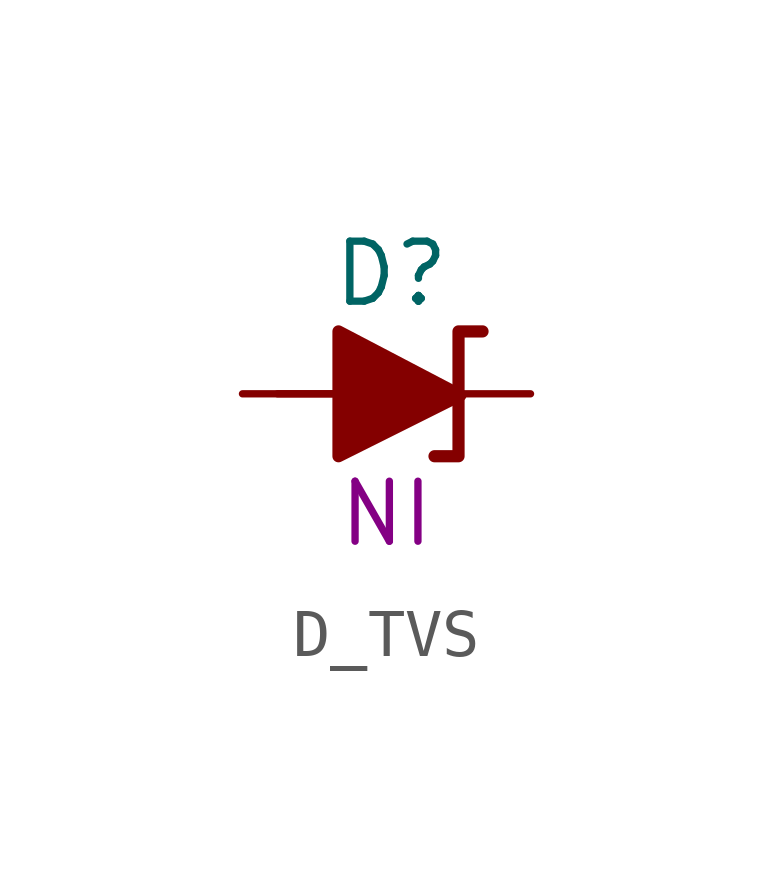
<source format=kicad_sym>
(kicad_symbol_lib
  (version 20241209)
  (generator "kicad_symbol_editor")
  (generator_version "9.0")
  (symbol "D_TVS"
    (pin_numbers
      (hide yes))
    (pin_names
      (offset 1.016)
      (hide yes))
    (property "Reference" "D"
      (at 3.1 2.5 0)
      (do_not_autoplace)
      (effects (font (size 1.25 1.25))))
    (property "Part#" "NI"
      (at 3 -2.5 0)
      (do_not_autoplace)
      (effects (font (size 1.25 1.25))))
    (symbol "D_TVS_0_1"
      (polyline (pts (xy 2 -1.3) (xy 4.54 -0.03) (xy 2 1.3) (xy 2 -1.3)) (stroke (width 0.254) (type default)) (fill (type outline)))
      (polyline (pts (xy 3.27 0) (xy 0.73 0)) (stroke (width 0) (type default)) (fill (type none)))
      (polyline (pts (xy 5 1.3) (xy 4.5 1.3) (xy 4.5 -1.3) (xy 4 -1.3)) (stroke (width 0.254) (type default)) (fill (type none))))
    (symbol "D_TVS_1_1"
      (pin passive line (at 0 0 0) (length 2.54) (name "A" (effects (font (size 1.25 1.25)))) (number "A" (effects (font (size 1.25 1.25)))))
      (pin passive line (at 6 0 180) (length 2.54) (name "K" (effects (font (size 1.25 1.25)))) (number "K" (effects (font (size 1.25 1.25))))))))
</source>
